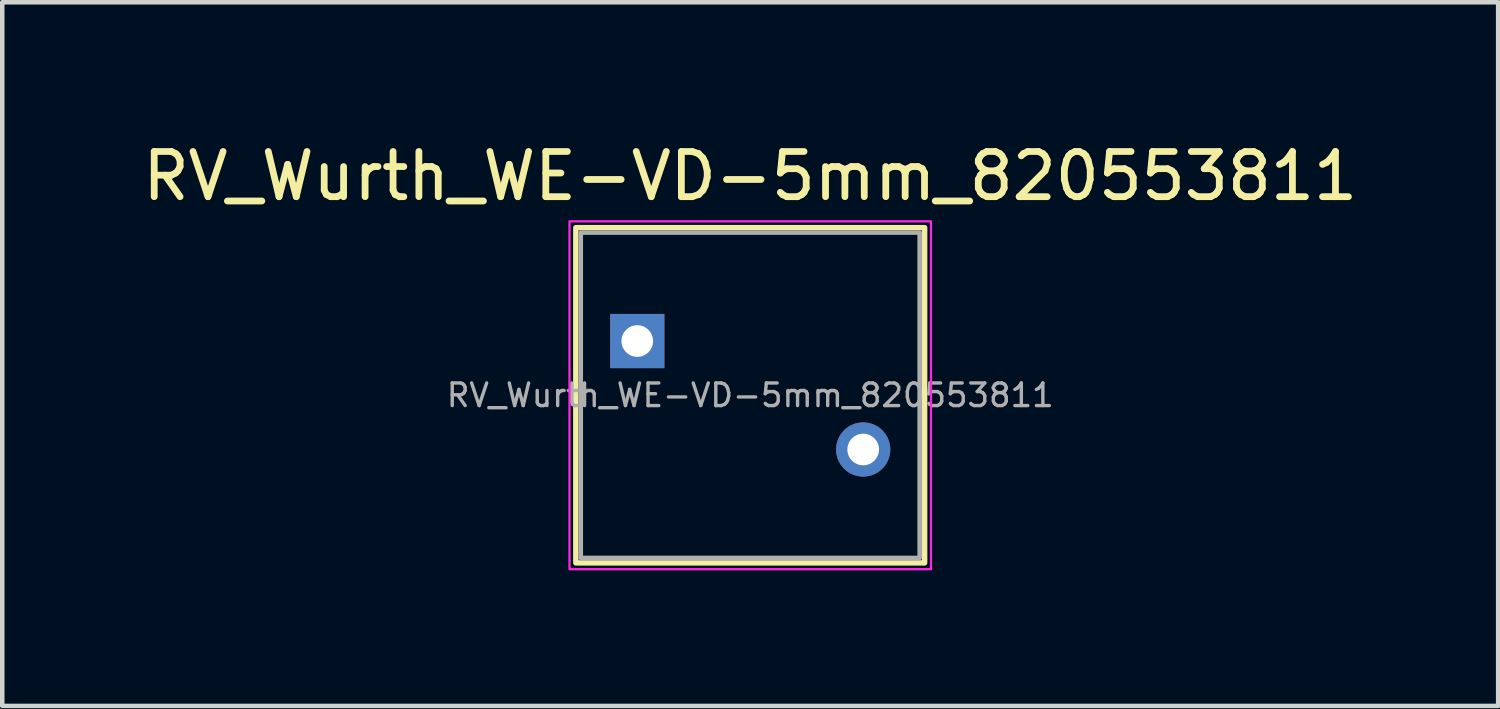
<source format=kicad_pcb>
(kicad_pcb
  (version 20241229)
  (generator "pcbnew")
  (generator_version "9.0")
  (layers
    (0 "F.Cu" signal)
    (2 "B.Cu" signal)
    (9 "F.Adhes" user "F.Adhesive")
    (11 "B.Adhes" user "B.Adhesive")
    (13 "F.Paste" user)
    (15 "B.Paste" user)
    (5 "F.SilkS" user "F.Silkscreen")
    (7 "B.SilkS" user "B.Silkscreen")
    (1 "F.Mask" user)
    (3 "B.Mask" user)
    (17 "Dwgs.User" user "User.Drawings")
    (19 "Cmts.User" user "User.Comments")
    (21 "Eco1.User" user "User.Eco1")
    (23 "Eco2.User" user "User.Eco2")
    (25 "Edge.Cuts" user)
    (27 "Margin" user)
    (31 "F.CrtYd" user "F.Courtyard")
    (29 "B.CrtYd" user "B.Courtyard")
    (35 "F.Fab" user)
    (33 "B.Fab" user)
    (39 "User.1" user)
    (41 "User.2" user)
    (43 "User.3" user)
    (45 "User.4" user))
  (footprint "RV_Wurth_WE-VD-5mm_820553811"
    (layer "F.Cu")
    (at 11.054 4.498)
    (property "Reference" "RV_Wurth_WE-VD-5mm_820553811" (at 2.5 -3.65 0) (unlocked yes) (layer "F.SilkS") (effects (font (size 1 1) (thickness 0.15))))
    (attr through_hole)
    (fp_rect (start -1.36 -2.51) (end 6.36 4.91) (stroke (width 0.12) (type solid)) (fill no) (layer "F.SilkS"))
    (fp_rect (start -1.5 -2.65) (end 6.5 5.05) (stroke (width 0.05) (type solid)) (fill no) (layer "F.CrtYd"))
    (fp_rect (start -1.25 -2.4) (end 6.25 4.8) (stroke (width 0.1) (type solid)) (fill no) (layer "F.Fab"))
    (fp_text user "${REFERENCE}" (at 2.5 1.2 0) (unlocked yes) (layer "F.Fab") (effects (font (size 0.5 0.5) (thickness 0.075))))
    (pad "1" thru_hole rect (at 0 0) (size 1.2 1.2) (drill 0.7) (layers "*.Cu" "*.Mask"))
    (pad "2" thru_hole circle (at 5 2.4) (size 1.2 1.2) (drill 0.7) (layers "*.Cu" "*.Mask")))
  (gr_rect
    (start -3 -3)
    (end 30.107 12.573)
    (stroke (width 0.1) (type default))
    (fill no)
    (layer "Edge.Cuts")))
</source>
